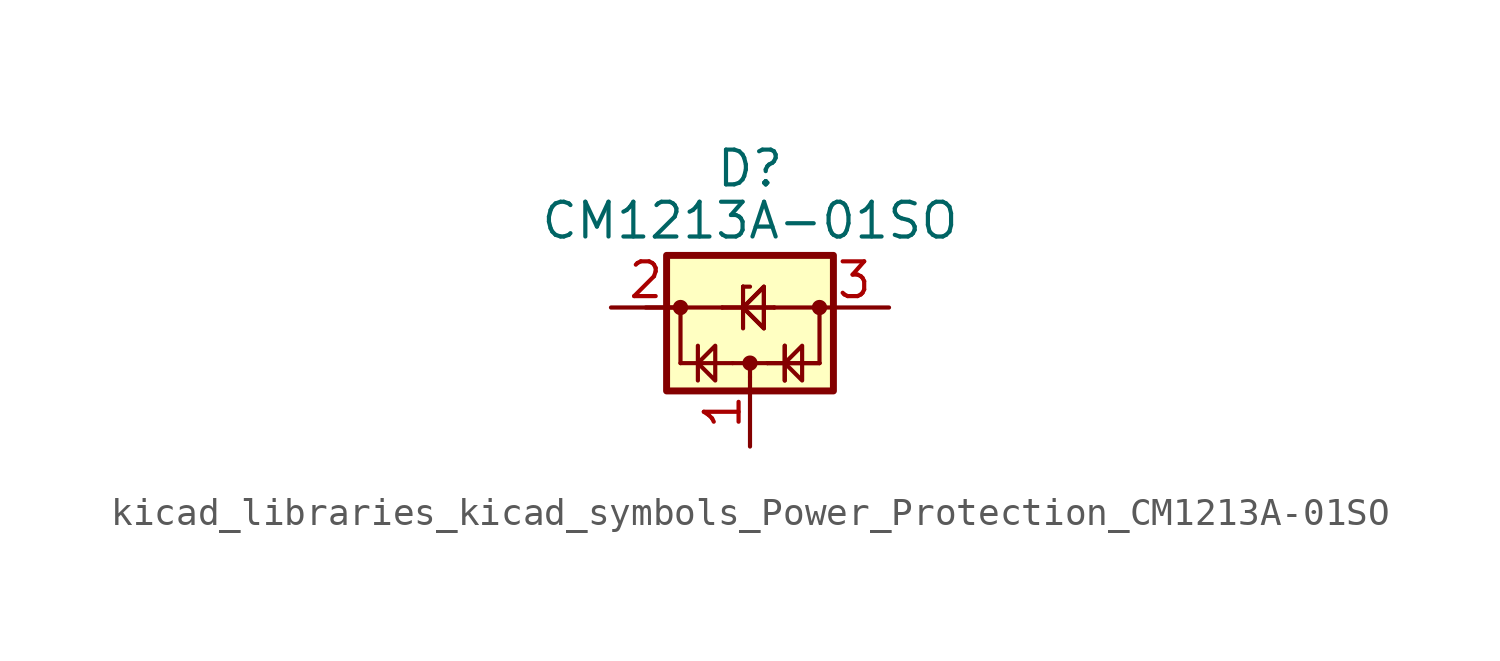
<source format=kicad_sym>
(kicad_symbol_lib
  (version 20220914)
  (generator kicad_symbol_editor)
  (symbol "kicad_libraries_kicad_symbols_Power_Protection_CM1213A-01SO"
    (pin_names hide)
    (property "Reference" "D"
      (at 0 5.08 0)
      (effects (font (size 1.27 1.27))))
    (property "Value" "CM1213A-01SO"
      (at 0 3.175 0)
      (effects (font (size 1.27 1.27))))
    (symbol "kicad_libraries_kicad_symbols_Power_Protection_CM1213A-01SO_0_1"
      (rectangle (start -3.048 -3.048) (end 3.048 1.905) (stroke (width 0.254) (type default)) (fill (type background)))
      (circle (center -2.54 0) (radius 0.203) (stroke (width 0) (type default)) (fill (type outline)))
      (circle (center 0 -2.032) (radius 0.203) (stroke (width 0) (type default)) (fill (type outline)))
      (polyline (pts (xy -2.54 -2.032) (xy -2.54 0)) (stroke (width 0) (type default)) (fill (type none)))
      (polyline (pts (xy -1.905 -2.667) (xy -1.905 -1.397)) (stroke (width 0) (type default)) (fill (type none)))
      (polyline (pts (xy -1.016 0) (xy -3.81 0)) (stroke (width 0) (type default)) (fill (type none)))
      (polyline (pts (xy -0.635 -2.032) (xy -2.54 -2.032)) (stroke (width 0) (type default)) (fill (type none)))
      (polyline (pts (xy -0.635 -2.032) (xy 0.635 -2.032)) (stroke (width 0) (type default)) (fill (type none)))
      (polyline (pts (xy -0.254 -0.762) (xy -0.254 0.762)) (stroke (width 0) (type default)) (fill (type none)))
      (polyline (pts (xy -0.254 0.762) (xy -0.254 0.762)) (stroke (width 0) (type default)) (fill (type none)))
      (polyline (pts (xy 0 -2.54) (xy 0 -2.032)) (stroke (width 0) (type default)) (fill (type none)))
      (polyline (pts (xy 0 0.762) (xy -0.254 0.762)) (stroke (width 0) (type default)) (fill (type none)))
      (polyline (pts (xy 0.889 0) (xy -1.016 0)) (stroke (width 0) (type default)) (fill (type none)))
      (polyline (pts (xy 0.889 0) (xy -1.016 0)) (stroke (width 0) (type default)) (fill (type none)))
      (polyline (pts (xy 0.889 0) (xy 2.54 0)) (stroke (width 0) (type default)) (fill (type none)))
      (polyline (pts (xy 1.27 -2.667) (xy 1.27 -1.397)) (stroke (width 0) (type default)) (fill (type none)))
      (polyline (pts (xy 1.27 -2.667) (xy 1.27 -1.397)) (stroke (width 0) (type default)) (fill (type none)))
      (polyline (pts (xy 2.54 -2.032) (xy 0.635 -2.032)) (stroke (width 0) (type default)) (fill (type none)))
      (polyline (pts (xy 2.54 -2.032) (xy 0.635 -2.032)) (stroke (width 0) (type default)) (fill (type none)))
      (polyline (pts (xy 2.54 -2.032) (xy 2.54 0)) (stroke (width 0) (type default)) (fill (type none)))
      (polyline (pts (xy -1.27 -2.667) (xy -1.27 -1.397) (xy -1.905 -2.032) (xy -1.27 -2.667)) (stroke (width 0) (type default)) (fill (type none)))
      (polyline (pts (xy 0.508 -0.762) (xy 0.508 0.762) (xy -0.254 0) (xy 0.508 -0.762)) (stroke (width 0) (type default)) (fill (type none)))
      (polyline (pts (xy 0.508 -0.762) (xy 0.508 0.762) (xy -0.254 0) (xy 0.508 -0.762)) (stroke (width 0) (type default)) (fill (type none)))
      (polyline (pts (xy 1.905 -2.667) (xy 1.905 -1.397) (xy 1.27 -2.032) (xy 1.905 -2.667)) (stroke (width 0) (type default)) (fill (type none)))
      (circle (center 2.54 0) (radius 0.203) (stroke (width 0) (type default)) (fill (type outline))))
    (symbol "kicad_libraries_kicad_symbols_Power_Protection_CM1213A-01SO_1_1"
      (pin passive line (at 0 -5.08 90) (length 2.54) (name "CH1" (effects (font (size 1.27 1.27)))) (number "1" (effects (font (size 1.27 1.27)))))
      (pin passive line (at -5.08 0 0) (length 2.54) (name "VP" (effects (font (size 1.27 1.27)))) (number "2" (effects (font (size 1.27 1.27)))))
      (pin passive line (at 5.08 0 180) (length 2.54) (name "VN" (effects (font (size 1.27 1.27)))) (number "3" (effects (font (size 1.27 1.27))))))))
</source>
